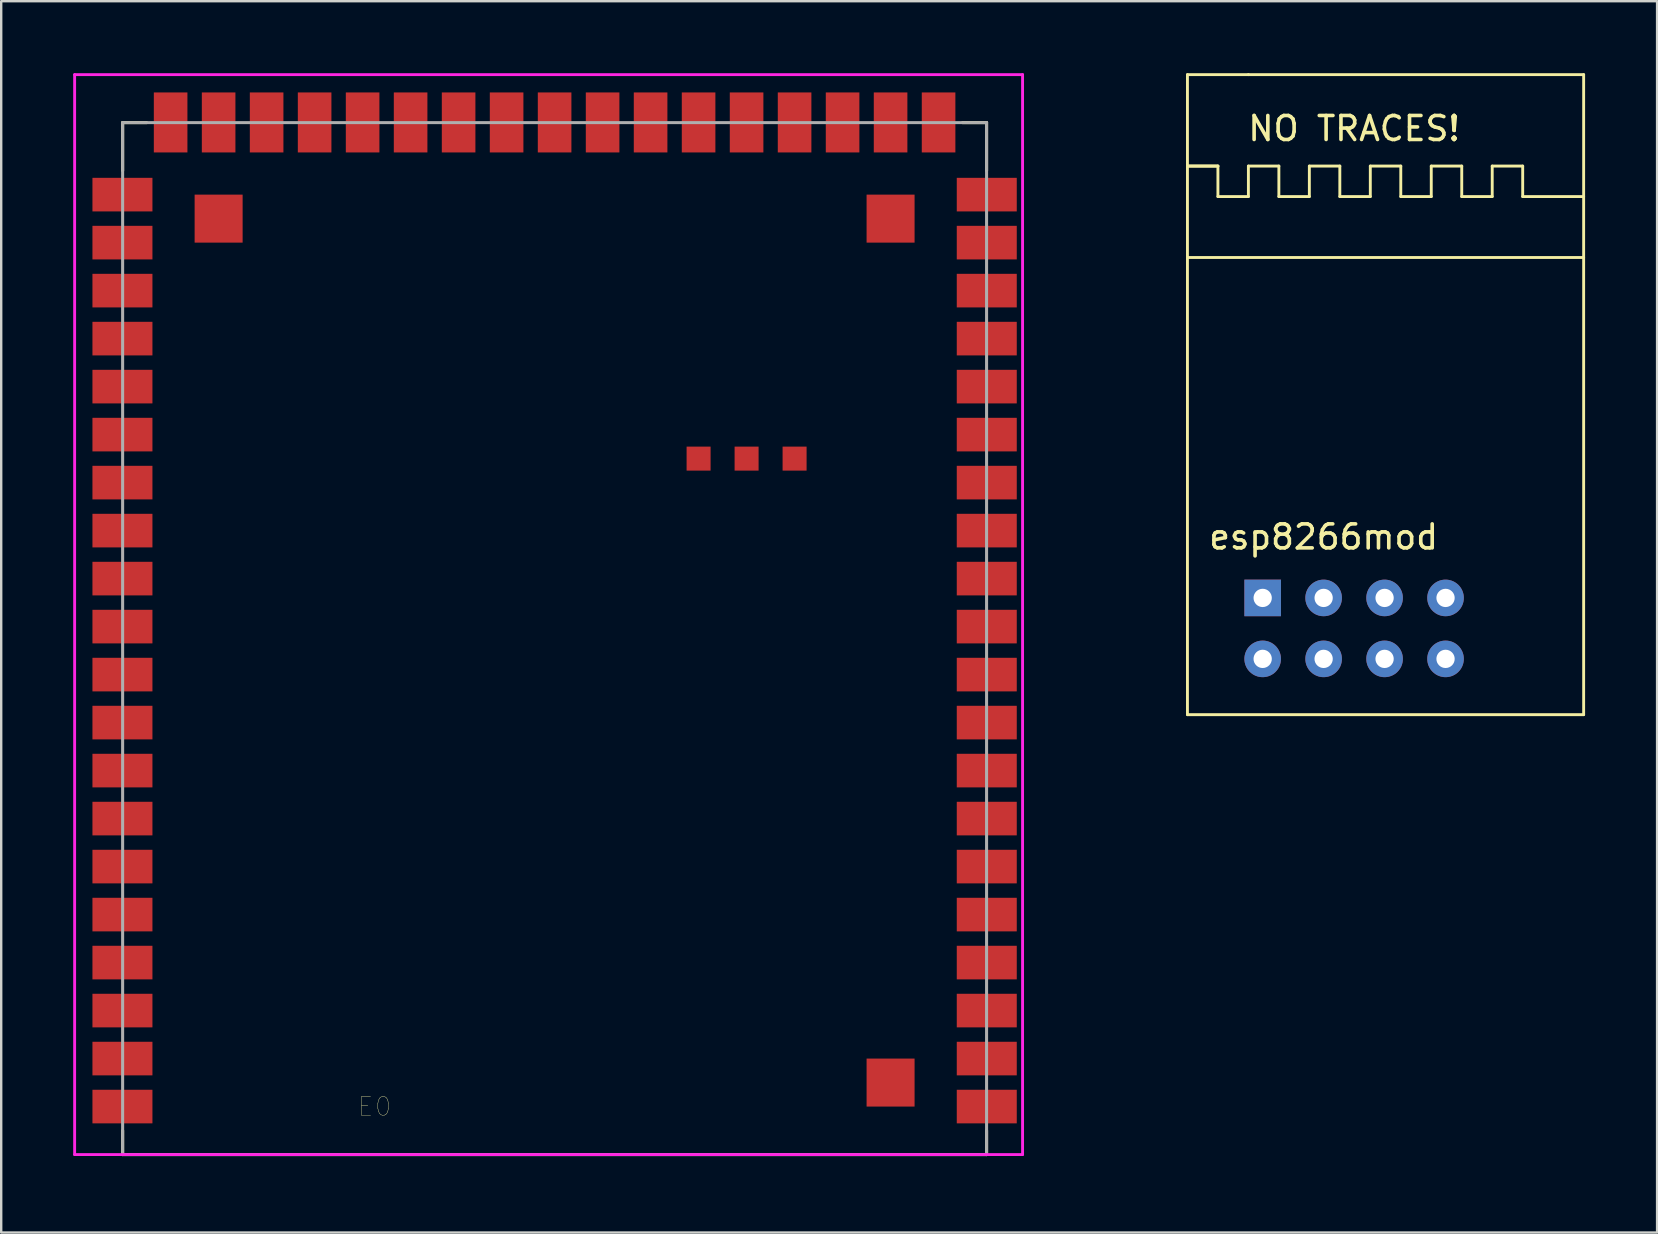
<source format=kicad_pcb>
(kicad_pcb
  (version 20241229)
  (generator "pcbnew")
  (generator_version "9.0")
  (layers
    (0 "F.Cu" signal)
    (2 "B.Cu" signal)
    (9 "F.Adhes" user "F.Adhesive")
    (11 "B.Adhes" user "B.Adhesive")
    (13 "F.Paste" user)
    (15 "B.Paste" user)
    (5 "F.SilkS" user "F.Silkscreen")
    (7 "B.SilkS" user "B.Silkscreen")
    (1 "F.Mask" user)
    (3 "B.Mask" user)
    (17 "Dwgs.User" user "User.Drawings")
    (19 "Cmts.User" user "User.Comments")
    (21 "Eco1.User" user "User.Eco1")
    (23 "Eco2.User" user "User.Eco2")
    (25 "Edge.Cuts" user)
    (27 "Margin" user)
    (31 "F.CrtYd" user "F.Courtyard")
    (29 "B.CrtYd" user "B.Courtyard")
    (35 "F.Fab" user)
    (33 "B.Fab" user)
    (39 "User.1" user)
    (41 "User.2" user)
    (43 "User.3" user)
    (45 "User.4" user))
  (footprint "esp8266mod"
    (layer "F.Cu")
    (at 49.565 21.865)
    (property "Reference" "esp8266mod" (at 2.54 -2.54 0) (layer "F.SilkS") (effects (font (size 1 1) (thickness 0.15))))
    (attr through_hole)
    (fp_line (start -3.135 -21.805) (end -0.595 -21.805) (stroke (width 0.12) (type solid)) (layer "F.SilkS"))
    (fp_line (start -3.135 -17.995) (end -1.865 -17.995) (stroke (width 0.12) (type solid)) (layer "F.SilkS"))
    (fp_line (start -3.135 -14.185) (end 13.375 -14.185) (stroke (width 0.12) (type solid)) (layer "F.SilkS"))
    (fp_line (start -3.135 4.865) (end -3.135 -21.805) (stroke (width 0.12) (type solid)) (layer "F.SilkS"))
    (fp_line (start -1.865 -17.995) (end -3.135 -17.995) (stroke (width 0.12) (type solid)) (layer "F.SilkS"))
    (fp_line (start -1.865 -16.725) (end -1.865 -17.995) (stroke (width 0.12) (type solid)) (layer "F.SilkS"))
    (fp_line (start -1.865 -16.725) (end -0.595 -16.725) (stroke (width 0.12) (type solid)) (layer "F.SilkS"))
    (fp_line (start -0.595 -21.805) (end 13.375 -21.805) (stroke (width 0.12) (type solid)) (layer "F.SilkS"))
    (fp_line (start -0.595 -17.995) (end 0.675 -17.995) (stroke (width 0.12) (type solid)) (layer "F.SilkS"))
    (fp_line (start -0.595 -16.725) (end -0.595 -17.995) (stroke (width 0.12) (type solid)) (layer "F.SilkS"))
    (fp_line (start 0.675 -17.995) (end 0.675 -16.725) (stroke (width 0.12) (type solid)) (layer "F.SilkS"))
    (fp_line (start 0.675 -16.725) (end 1.945 -16.725) (stroke (width 0.12) (type solid)) (layer "F.SilkS"))
    (fp_line (start 1.945 -17.995) (end 3.215 -17.995) (stroke (width 0.12) (type solid)) (layer "F.SilkS"))
    (fp_line (start 1.945 -16.725) (end 1.945 -17.995) (stroke (width 0.12) (type solid)) (layer "F.SilkS"))
    (fp_line (start 3.215 -17.995) (end 3.215 -16.725) (stroke (width 0.12) (type solid)) (layer "F.SilkS"))
    (fp_line (start 3.215 -16.725) (end 4.485 -16.725) (stroke (width 0.12) (type solid)) (layer "F.SilkS"))
    (fp_line (start 4.485 -17.995) (end 5.755 -17.995) (stroke (width 0.12) (type solid)) (layer "F.SilkS"))
    (fp_line (start 4.485 -16.725) (end 4.485 -17.995) (stroke (width 0.12) (type solid)) (layer "F.SilkS"))
    (fp_line (start 5.755 -17.995) (end 5.755 -16.725) (stroke (width 0.12) (type solid)) (layer "F.SilkS"))
    (fp_line (start 5.755 -16.725) (end 7.025 -16.725) (stroke (width 0.12) (type solid)) (layer "F.SilkS"))
    (fp_line (start 7.025 -17.995) (end 8.295 -17.995) (stroke (width 0.12) (type solid)) (layer "F.SilkS"))
    (fp_line (start 7.025 -16.725) (end 7.025 -17.995) (stroke (width 0.12) (type solid)) (layer "F.SilkS"))
    (fp_line (start 8.295 -17.995) (end 8.295 -16.725) (stroke (width 0.12) (type solid)) (layer "F.SilkS"))
    (fp_line (start 8.295 -16.725) (end 9.565 -16.725) (stroke (width 0.12) (type solid)) (layer "F.SilkS"))
    (fp_line (start 9.565 -17.995) (end 10.835 -17.995) (stroke (width 0.12) (type solid)) (layer "F.SilkS"))
    (fp_line (start 9.565 -16.725) (end 9.565 -17.995) (stroke (width 0.12) (type solid)) (layer "F.SilkS"))
    (fp_line (start 10.835 -17.995) (end 10.835 -16.725) (stroke (width 0.12) (type solid)) (layer "F.SilkS"))
    (fp_line (start 10.835 -16.725) (end 13.375 -16.725) (stroke (width 0.12) (type solid)) (layer "F.SilkS"))
    (fp_line (start 13.375 -21.805) (end 13.375 4.865) (stroke (width 0.12) (type solid)) (layer "F.SilkS"))
    (fp_line (start 13.375 4.865) (end -3.135 4.865) (stroke (width 0.12) (type solid)) (layer "F.SilkS"))
    (fp_text user "NO TRACES!" (at 3.81 -19.558 0) (layer "F.SilkS") (effects (font (size 1 1) (thickness 0.15))))
    (pad "1" thru_hole rect (at 0 0) (size 1.524 1.524) (drill 0.762) (layers "*.Cu" "*.Mask"))
    (pad "2" thru_hole circle (at 0 2.54) (size 1.524 1.524) (drill 0.762) (layers "*.Cu" "*.Mask"))
    (pad "3" thru_hole circle (at 2.54 0) (size 1.524 1.524) (drill 0.762) (layers "*.Cu" "*.Mask"))
    (pad "4" thru_hole circle (at 2.54 2.54) (size 1.524 1.524) (drill 0.762) (layers "*.Cu" "*.Mask"))
    (pad "5" thru_hole circle (at 5.08 0) (size 1.524 1.524) (drill 0.762) (layers "*.Cu" "*.Mask"))
    (pad "6" thru_hole circle (at 5.08 2.54) (size 1.524 1.524) (drill 0.762) (layers "*.Cu" "*.Mask"))
    (pad "7" thru_hole circle (at 7.62 0) (size 1.524 1.524) (drill 0.762) (layers "*.Cu" "*.Mask"))
    (pad "8" thru_hole circle (at 7.62 2.54) (size 1.524 1.524) (drill 0.762) (layers "*.Cu" "*.Mask"))
    (zone (net_name "") (layers "F.Cu" "B.Cu") (hatch full 0.508) (connect_pads) (min_thickness 0.254) (filled_areas_thickness no) (keepout (tracks not_allowed) (vias not_allowed) (pads not_allowed) (copperpour not_allowed) (footprints not_allowed)) (placement (enabled no)) (fill) (polygon (pts (xy 59.13 7.68) (xy 42.62 7.68) (xy 42.62 0.06) (xy 59.13 0.06)))))
  (footprint "E0"
    (layer "F.Cu")
    (at 2.06 45.06)
    (property "Reference" "E0" (at 10.5 -2 0) (layer "F.SilkS") (effects (font (size 0.787 0.787) (thickness 0.015))))
    (fp_line (start 0 -43) (end 1 -43) (stroke (width 0.127) (type solid)) (layer "F.SilkS"))
    (fp_line (start 0 -41) (end 0 -43) (stroke (width 0.127) (type solid)) (layer "F.SilkS"))
    (fp_line (start 0 -1) (end 0 0) (stroke (width 0.127) (type solid)) (layer "F.SilkS"))
    (fp_line (start 0 0) (end 36 0) (stroke (width 0.127) (type solid)) (layer "F.SilkS"))
    (fp_line (start 35 -43) (end 36 -43) (stroke (width 0.127) (type solid)) (layer "F.SilkS"))
    (fp_line (start 36 -43) (end 36 -41) (stroke (width 0.127) (type solid)) (layer "F.SilkS"))
    (fp_line (start 36 0) (end 36 -1) (stroke (width 0.127) (type solid)) (layer "F.SilkS"))
    (fp_line (start -2 0) (end -2 -45) (stroke (width 0.12) (type solid)) (layer "F.CrtYd"))
    (fp_line (start 37.5 -45) (end -2 -45) (stroke (width 0.12) (type solid)) (layer "F.CrtYd"))
    (fp_line (start 37.5 -45) (end 37.5 0) (stroke (width 0.12) (type solid)) (layer "F.CrtYd"))
    (fp_line (start 37.5 0) (end -2 0) (stroke (width 0.12) (type solid)) (layer "F.CrtYd"))
    (fp_line (start 0 -43) (end 36 -43) (stroke (width 0.127) (type solid)) (layer "F.Fab"))
    (fp_line (start 0 0) (end 0 -43) (stroke (width 0.127) (type solid)) (layer "F.Fab"))
    (fp_line (start 36 -43) (end 36 0) (stroke (width 0.127) (type solid)) (layer "F.Fab"))
    (fp_line (start 36 0) (end 0 0) (stroke (width 0.127) (type solid)) (layer "F.Fab"))
    (pad "1" smd rect (at -0.008 -2) (size 2.5 1.4) (layers "F.Cu" "F.Mask" "F.Paste"))
    (pad "2" smd rect (at -0.008 -4) (size 2.5 1.4) (layers "F.Cu" "F.Mask" "F.Paste"))
    (pad "3" smd rect (at -0.008 -6) (size 2.5 1.4) (layers "F.Cu" "F.Mask" "F.Paste"))
    (pad "4" smd rect (at -0.008 -8) (size 2.5 1.4) (layers "F.Cu" "F.Mask" "F.Paste"))
    (pad "5" smd rect (at -0.008 -10) (size 2.5 1.4) (layers "F.Cu" "F.Mask" "F.Paste"))
    (pad "6" smd rect (at -0.008 -12) (size 2.5 1.4) (layers "F.Cu" "F.Mask" "F.Paste"))
    (pad "7" smd rect (at -0.008 -14) (size 2.5 1.4) (layers "F.Cu" "F.Mask" "F.Paste"))
    (pad "8" smd rect (at -0.008 -16) (size 2.5 1.4) (layers "F.Cu" "F.Mask" "F.Paste"))
    (pad "9" smd rect (at -0.008 -18) (size 2.5 1.4) (layers "F.Cu" "F.Mask" "F.Paste"))
    (pad "10" smd rect (at -0.008 -20) (size 2.5 1.4) (layers "F.Cu" "F.Mask" "F.Paste"))
    (pad "11" smd rect (at -0.008 -22) (size 2.5 1.4) (layers "F.Cu" "F.Mask" "F.Paste"))
    (pad "12" smd rect (at -0.008 -24) (size 2.5 1.4) (layers "F.Cu" "F.Mask" "F.Paste"))
    (pad "13" smd rect (at -0.008 -26) (size 2.5 1.4) (layers "F.Cu" "F.Mask" "F.Paste"))
    (pad "14" smd rect (at -0.008 -28) (size 2.5 1.4) (layers "F.Cu" "F.Mask" "F.Paste"))
    (pad "15" smd rect (at -0.008 -30) (size 2.5 1.4) (layers "F.Cu" "F.Mask" "F.Paste"))
    (pad "16" smd rect (at -0.008 -32) (size 2.5 1.4) (layers "F.Cu" "F.Mask" "F.Paste"))
    (pad "17" smd rect (at -0.008 -34) (size 2.5 1.4) (layers "F.Cu" "F.Mask" "F.Paste"))
    (pad "18" smd rect (at -0.008 -36) (size 2.5 1.4) (layers "F.Cu" "F.Mask" "F.Paste"))
    (pad "19" smd rect (at -0.008 -38) (size 2.5 1.4) (layers "F.Cu" "F.Mask" "F.Paste"))
    (pad "20" smd rect (at -0.008 -40) (size 2.5 1.4) (layers "F.Cu" "F.Mask" "F.Paste"))
    (pad "21" smd rect (at 2 -43.008) (size 1.4 2.5) (layers "F.Cu" "F.Mask" "F.Paste"))
    (pad "22" smd rect (at 4 -43.008) (size 1.4 2.5) (layers "F.Cu" "F.Mask" "F.Paste"))
    (pad "23" smd rect (at 6 -43.008) (size 1.4 2.5) (layers "F.Cu" "F.Mask" "F.Paste"))
    (pad "24" smd rect (at 8 -43.008) (size 1.4 2.5) (layers "F.Cu" "F.Mask" "F.Paste"))
    (pad "25" smd rect (at 10 -43.008) (size 1.4 2.5) (layers "F.Cu" "F.Mask" "F.Paste"))
    (pad "26" smd rect (at 12 -43.008) (size 1.4 2.5) (layers "F.Cu" "F.Mask" "F.Paste"))
    (pad "27" smd rect (at 14 -43.008) (size 1.4 2.5) (layers "F.Cu" "F.Mask" "F.Paste"))
    (pad "28" smd rect (at 16 -43.008) (size 1.4 2.5) (layers "F.Cu" "F.Mask" "F.Paste"))
    (pad "29" smd rect (at 18 -43.008) (size 1.4 2.5) (layers "F.Cu" "F.Mask" "F.Paste"))
    (pad "30" smd rect (at 20 -43.008) (size 1.4 2.5) (layers "F.Cu" "F.Mask" "F.Paste"))
    (pad "31" smd rect (at 22 -43.008) (size 1.4 2.5) (layers "F.Cu" "F.Mask" "F.Paste"))
    (pad "32" smd rect (at 24 -43.008) (size 1.4 2.5) (layers "F.Cu" "F.Mask" "F.Paste"))
    (pad "33" smd rect (at 26 -43.008) (size 1.4 2.5) (layers "F.Cu" "F.Mask" "F.Paste"))
    (pad "34" smd rect (at 28 -43.008) (size 1.4 2.5) (layers "F.Cu" "F.Mask" "F.Paste"))
    (pad "35" smd rect (at 30 -43.008) (size 1.4 2.5) (layers "F.Cu" "F.Mask" "F.Paste"))
    (pad "36" smd rect (at 32 -43.008) (size 1.4 2.5) (layers "F.Cu" "F.Mask" "F.Paste"))
    (pad "37" smd rect (at 34 -43.008) (size 1.4 2.5) (layers "F.Cu" "F.Mask" "F.Paste"))
    (pad "38" smd rect (at 36.008 -40) (size 2.5 1.4) (layers "F.Cu" "F.Mask" "F.Paste"))
    (pad "39" smd rect (at 36.008 -38) (size 2.5 1.4) (layers "F.Cu" "F.Mask" "F.Paste"))
    (pad "40" smd rect (at 36.008 -36) (size 2.5 1.4) (layers "F.Cu" "F.Mask" "F.Paste"))
    (pad "41" smd rect (at 36.008 -34) (size 2.5 1.4) (layers "F.Cu" "F.Mask" "F.Paste"))
    (pad "42" smd rect (at 36.008 -32) (size 2.5 1.4) (layers "F.Cu" "F.Mask" "F.Paste"))
    (pad "43" smd rect (at 36.008 -30) (size 2.5 1.4) (layers "F.Cu" "F.Mask" "F.Paste"))
    (pad "44" smd rect (at 36.008 -28) (size 2.5 1.4) (layers "F.Cu" "F.Mask" "F.Paste"))
    (pad "45" smd rect (at 36.008 -26) (size 2.5 1.4) (layers "F.Cu" "F.Mask" "F.Paste"))
    (pad "46" smd rect (at 36.008 -24) (size 2.5 1.4) (layers "F.Cu" "F.Mask" "F.Paste"))
    (pad "47" smd rect (at 36.008 -22) (size 2.5 1.4) (layers "F.Cu" "F.Mask" "F.Paste"))
    (pad "48" smd rect (at 36.008 -20) (size 2.5 1.4) (layers "F.Cu" "F.Mask" "F.Paste"))
    (pad "49" smd rect (at 36.008 -18) (size 2.5 1.4) (layers "F.Cu" "F.Mask" "F.Paste"))
    (pad "50" smd rect (at 36.008 -16) (size 2.5 1.4) (layers "F.Cu" "F.Mask" "F.Paste"))
    (pad "51" smd rect (at 36.008 -14) (size 2.5 1.4) (layers "F.Cu" "F.Mask" "F.Paste"))
    (pad "52" smd rect (at 36.008 -12) (size 2.5 1.4) (layers "F.Cu" "F.Mask" "F.Paste"))
    (pad "53" smd rect (at 36.008 -10) (size 2.5 1.4) (layers "F.Cu" "F.Mask" "F.Paste"))
    (pad "54" smd rect (at 36.008 -8) (size 2.5 1.4) (layers "F.Cu" "F.Mask" "F.Paste"))
    (pad "55" smd rect (at 36.008 -6) (size 2.5 1.4) (layers "F.Cu" "F.Mask" "F.Paste"))
    (pad "56" smd rect (at 36.008 -4) (size 2.5 1.4) (layers "F.Cu" "F.Mask" "F.Paste"))
    (pad "57" smd rect (at 36.008 -2) (size 2.5 1.4) (layers "F.Cu" "F.Mask" "F.Paste"))
    (pad "58" smd rect (at 32 -3) (size 2 2) (layers "F.Cu" "F.Mask" "F.Paste"))
    (pad "59" smd rect (at 32 -39) (size 2 2) (layers "F.Cu" "F.Mask" "F.Paste"))
    (pad "60" smd rect (at 4 -39) (size 2 2) (layers "F.Cu" "F.Mask" "F.Paste"))
    (pad "61" smd rect (at 24 -29) (size 1 1) (layers "F.Cu" "F.Mask" "F.Paste"))
    (pad "62" smd rect (at 26 -29) (size 1 1) (layers "F.Cu" "F.Mask" "F.Paste"))
    (pad "63" smd rect (at 28 -29) (size 1 1) (layers "F.Cu" "F.Mask" "F.Paste")))
  (gr_rect
    (start -3 -3)
    (end 66 48.31)
    (stroke (width 0.1) (type default))
    (fill no)
    (layer "Edge.Cuts")))
</source>
